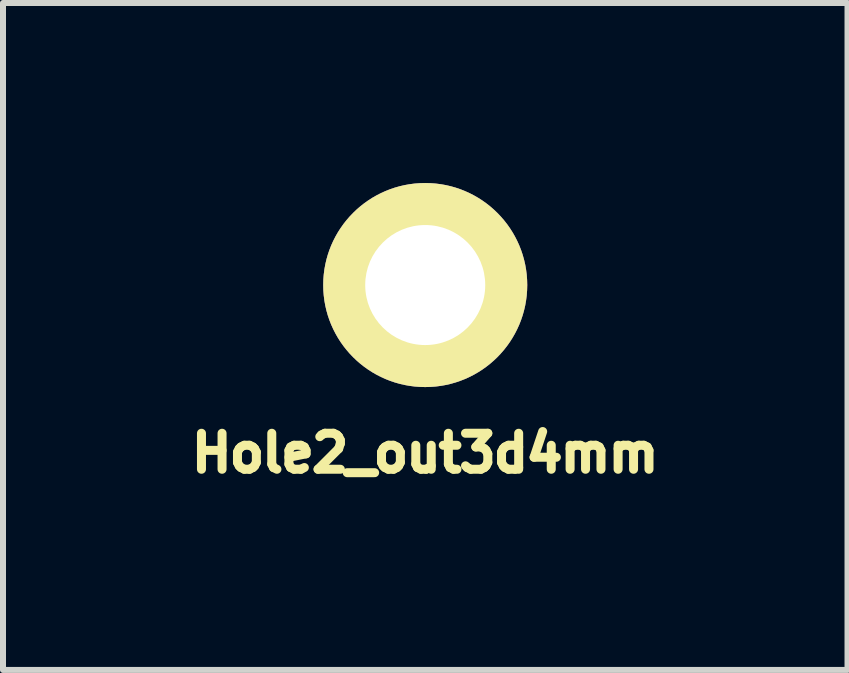
<source format=kicad_pcb>
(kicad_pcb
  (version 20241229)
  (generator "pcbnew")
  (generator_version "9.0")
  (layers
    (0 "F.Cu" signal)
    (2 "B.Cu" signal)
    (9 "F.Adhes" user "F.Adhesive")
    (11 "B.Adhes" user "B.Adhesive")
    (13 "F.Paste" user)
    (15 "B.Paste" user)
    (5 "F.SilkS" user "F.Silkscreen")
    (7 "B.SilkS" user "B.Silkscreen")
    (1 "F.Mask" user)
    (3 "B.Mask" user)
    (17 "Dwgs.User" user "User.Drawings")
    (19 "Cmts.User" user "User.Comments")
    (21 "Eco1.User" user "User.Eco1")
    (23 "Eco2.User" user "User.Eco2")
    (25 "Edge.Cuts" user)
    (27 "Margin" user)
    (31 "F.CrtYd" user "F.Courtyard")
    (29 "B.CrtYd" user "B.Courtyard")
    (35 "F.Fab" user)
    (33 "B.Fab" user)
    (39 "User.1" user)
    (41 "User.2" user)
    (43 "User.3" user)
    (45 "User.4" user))
  (footprint "Hole2_out3d4mm"
    (layer "F.Cu")
    (at 4.036 1.7)
    (property "Reference" "Hole2_out3d4mm" (at 0 2.8 0) (layer "F.SilkS") (effects (font (size 0.6 0.6) (thickness 0.15))))
    (attr through_hole)
    (pad "H" thru_hole circle (at 0 0) (size 3.4 3.4) (drill 2) (layers "*.Cu" "*.Mask" "F.SilkS")))
  (gr_rect
    (start -3 -3)
    (end 11.073 8.114)
    (stroke (width 0.1) (type default))
    (fill no)
    (layer "Edge.Cuts")))
</source>
